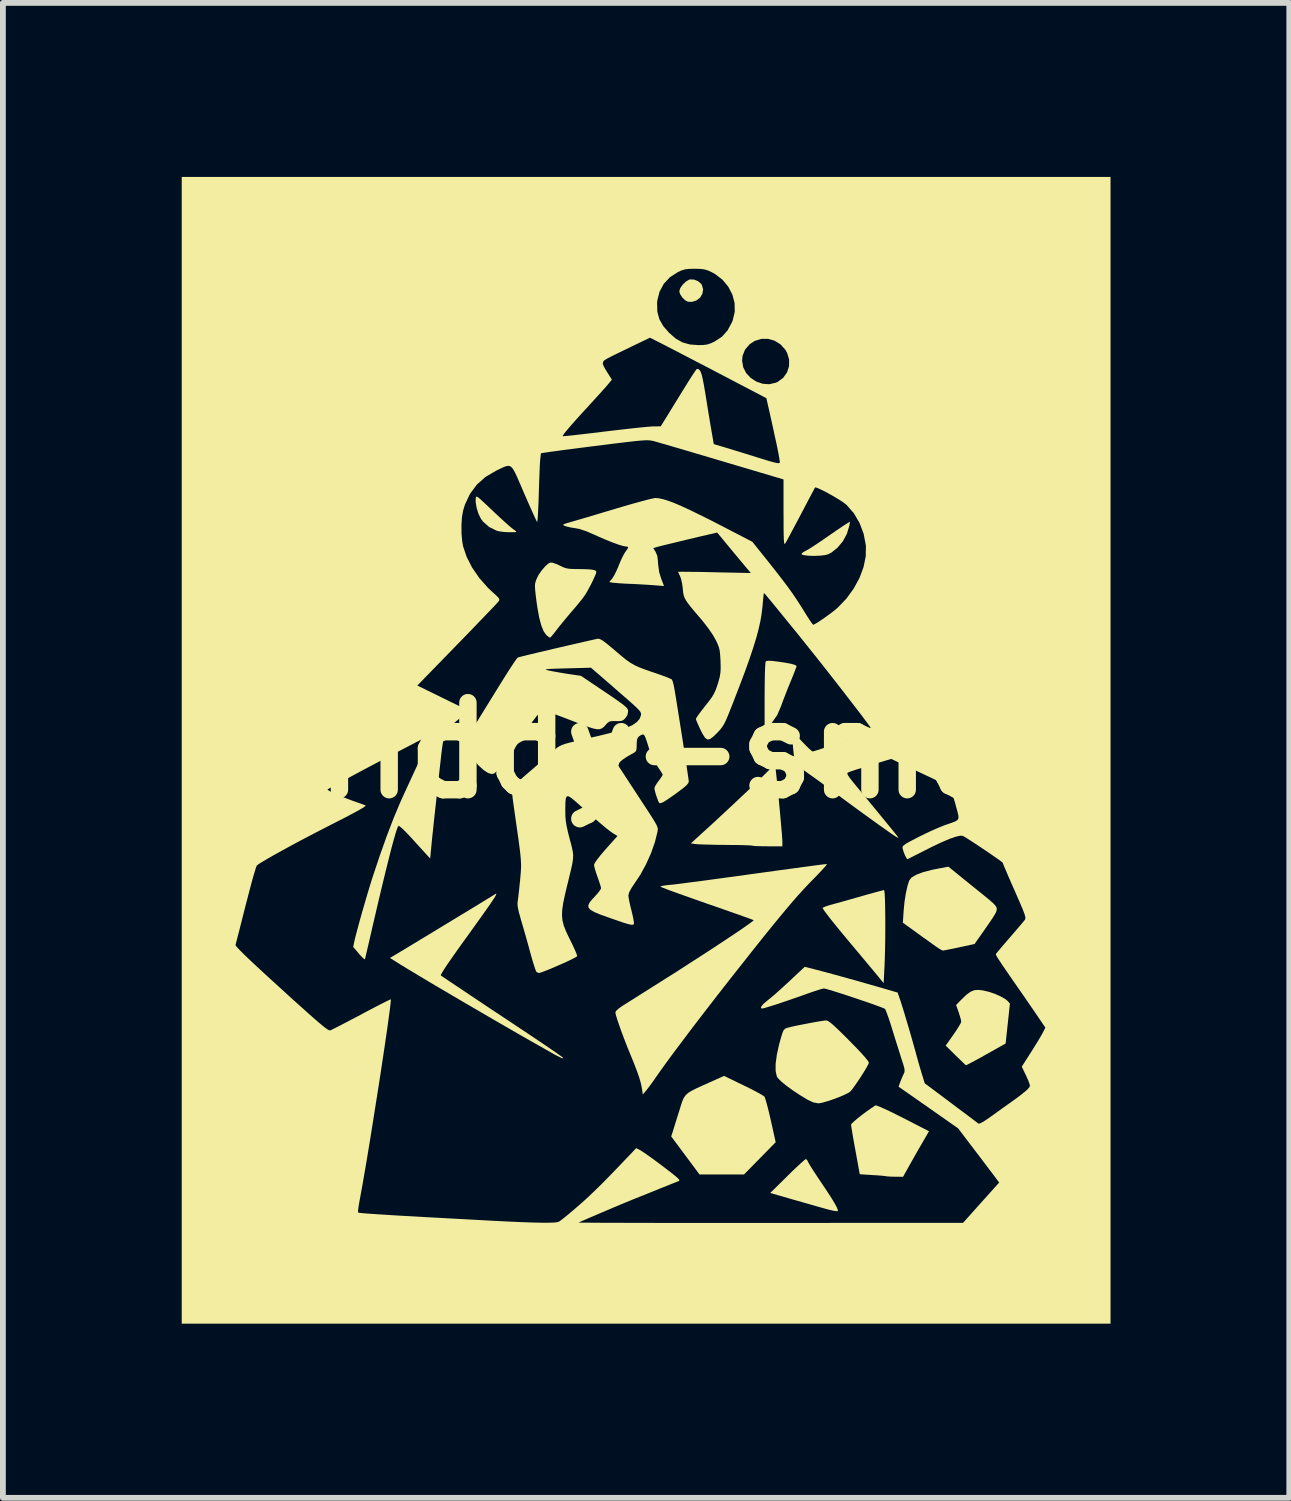
<source format=kicad_pcb>
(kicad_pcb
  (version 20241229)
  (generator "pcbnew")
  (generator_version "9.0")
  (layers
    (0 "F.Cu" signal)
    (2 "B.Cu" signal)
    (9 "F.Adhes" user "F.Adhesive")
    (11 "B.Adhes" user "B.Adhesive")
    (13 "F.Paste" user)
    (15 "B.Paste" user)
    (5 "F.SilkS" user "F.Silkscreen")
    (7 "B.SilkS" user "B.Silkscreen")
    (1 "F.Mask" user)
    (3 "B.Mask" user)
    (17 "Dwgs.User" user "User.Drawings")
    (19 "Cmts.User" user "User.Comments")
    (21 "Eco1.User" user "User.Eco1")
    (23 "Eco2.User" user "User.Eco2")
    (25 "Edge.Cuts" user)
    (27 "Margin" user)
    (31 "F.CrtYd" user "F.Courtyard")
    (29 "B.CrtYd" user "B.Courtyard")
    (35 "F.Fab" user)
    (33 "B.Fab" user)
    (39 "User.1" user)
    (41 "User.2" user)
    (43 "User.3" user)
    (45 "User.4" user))
  (footprint "effiddy-small"
    (layer "F.Cu")
    (at 8.086 9.882)
    (property "Reference" "effiddy-small" (at 0 0 0) (layer "F.SilkS") (effects (font (size 1.5 1.5) (thickness 0.3))))
    (attr board_only exclude_from_pos_files exclude_from_bom)
    (fp_poly (pts (xy 0.824 -8.114) (xy 0.895 -8.086) (xy 0.949 -8.04) (xy 0.959 -8.025) (xy 0.982 -7.946) (xy 0.97 -7.869) (xy 0.93 -7.802) (xy 0.867 -7.753) (xy 0.789 -7.729) (xy 0.72 -7.732) (xy 0.67 -7.758) (xy 0.62 -7.809) (xy 0.583 -7.868) (xy 0.572 -7.913) (xy 0.588 -7.966) (xy 0.629 -8.025) (xy 0.684 -8.078) (xy 0.741 -8.112) (xy 0.755 -8.116)) (stroke (width 0) (type solid)) (fill yes) (layer "F.SilkS"))
    (fp_poly (pts (xy 3.5 -3.865) (xy 3.46 -3.731) (xy 3.391 -3.604) (xy 3.3 -3.494) (xy 3.196 -3.41) (xy 3.134 -3.378) (xy 3.077 -3.364) (xy 2.993 -3.355) (xy 2.896 -3.351) (xy 2.802 -3.354) (xy 2.722 -3.363) (xy 2.721 -3.363) (xy 2.682 -3.376) (xy 2.682 -3.396) (xy 2.721 -3.423) (xy 2.75 -3.438) (xy 2.793 -3.462) (xy 2.862 -3.505) (xy 2.947 -3.561) (xy 3.042 -3.625) (xy 3.082 -3.653) (xy 3.179 -3.72) (xy 3.272 -3.784) (xy 3.353 -3.839) (xy 3.411 -3.878) (xy 3.426 -3.887) (xy 3.514 -3.943)) (stroke (width 0) (type solid)) (fill yes) (layer "F.SilkS"))
    (fp_poly (pts (xy -2.909 -4.369) (xy -2.88 -4.348) (xy -2.832 -4.305) (xy -2.761 -4.239) (xy -2.726 -4.206) (xy -2.59 -4.077) (xy -2.479 -3.975) (xy -2.393 -3.897) (xy -2.327 -3.84) (xy -2.279 -3.802) (xy -2.266 -3.794) (xy -2.242 -3.776) (xy -2.238 -3.765) (xy -2.26 -3.76) (xy -2.315 -3.759) (xy -2.358 -3.759) (xy -2.444 -3.763) (xy -2.526 -3.773) (xy -2.578 -3.786) (xy -2.708 -3.851) (xy -2.811 -3.942) (xy -2.846 -3.989) (xy -2.889 -4.075) (xy -2.921 -4.178) (xy -2.938 -4.279) (xy -2.937 -4.338) (xy -2.933 -4.362) (xy -2.926 -4.373)) (stroke (width 0) (type solid)) (fill yes) (layer "F.SilkS"))
    (fp_poly (pts (xy 2.775 7.061) (xy 2.788 7.088) (xy 2.804 7.118) (xy 2.838 7.176) (xy 2.888 7.254) (xy 2.95 7.348) (xy 3.009 7.436) (xy 3.114 7.593) (xy 3.196 7.719) (xy 3.254 7.816) (xy 3.29 7.884) (xy 3.305 7.927) (xy 3.305 7.939) (xy 3.283 7.943) (xy 3.232 7.936) (xy 3.161 7.92) (xy 3.134 7.913) (xy 3.063 7.893) (xy 2.962 7.865) (xy 2.84 7.83) (xy 2.707 7.792) (xy 2.57 7.753) (xy 2.555 7.749) (xy 2.139 7.629) (xy 2.435 7.337) (xy 2.525 7.248) (xy 2.607 7.171) (xy 2.675 7.108) (xy 2.724 7.065) (xy 2.75 7.045) (xy 2.753 7.044)) (stroke (width 0) (type solid)) (fill yes) (layer "F.SilkS"))
    (fp_poly (pts (xy 2.165 -1.542) (xy 2.254 -1.531) (xy 2.258 -1.531) (xy 2.395 -1.511) (xy 2.498 -1.492) (xy 2.564 -1.473) (xy 2.592 -1.455) (xy 2.593 -1.451) (xy 2.586 -1.427) (xy 2.565 -1.373) (xy 2.535 -1.295) (xy 2.497 -1.202) (xy 2.484 -1.171) (xy 2.439 -1.061) (xy 2.396 -0.95) (xy 2.358 -0.852) (xy 2.331 -0.777) (xy 2.33 -0.772) (xy 2.259 -0.607) (xy 2.167 -0.476) (xy 2.108 -0.419) (xy 2.042 -0.364) (xy 2.042 -0.932) (xy 2.043 -1.082) (xy 2.045 -1.218) (xy 2.047 -1.336) (xy 2.051 -1.431) (xy 2.055 -1.496) (xy 2.059 -1.527) (xy 2.059 -1.527) (xy 2.075 -1.54) (xy 2.108 -1.544)) (stroke (width 0) (type solid)) (fill yes) (layer "F.SilkS"))
    (fp_poly (pts (xy 1.677 5.773) (xy 1.786 5.826) (xy 1.883 5.876) (xy 1.962 5.919) (xy 2.016 5.951) (xy 2.038 5.967) (xy 2.051 5.997) (xy 2.07 6.059) (xy 2.094 6.148) (xy 2.121 6.256) (xy 2.149 6.377) (xy 2.233 6.754) (xy 1.96 7.032) (xy 1.687 7.31) (xy 1.304 7.31) (xy 0.92 7.31) (xy 0.676 6.982) (xy 0.432 6.654) (xy 0.46 6.569) (xy 0.476 6.517) (xy 0.501 6.436) (xy 0.532 6.337) (xy 0.565 6.231) (xy 0.571 6.213) (xy 0.6 6.119) (xy 0.624 6.046) (xy 0.649 5.99) (xy 0.68 5.945) (xy 0.722 5.906) (xy 0.781 5.869) (xy 0.861 5.828) (xy 0.969 5.779) (xy 1.085 5.727) (xy 1.343 5.611)) (stroke (width 0) (type solid)) (fill yes) (layer "F.SilkS"))
    (fp_poly (pts (xy 5.806 4.138) (xy 5.911 4.163) (xy 6.018 4.2) (xy 6.116 4.244) (xy 6.194 4.289) (xy 6.227 4.317) (xy 6.27 4.363) (xy 6.233 4.708) (xy 6.196 5.053) (xy 5.859 5.242) (xy 5.754 5.301) (xy 5.66 5.352) (xy 5.585 5.392) (xy 5.534 5.418) (xy 5.513 5.428) (xy 5.513 5.428) (xy 5.495 5.413) (xy 5.455 5.375) (xy 5.398 5.32) (xy 5.333 5.257) (xy 5.163 5.089) (xy 5.297 4.899) (xy 5.351 4.82) (xy 5.394 4.751) (xy 5.423 4.7) (xy 5.431 4.677) (xy 5.425 4.642) (xy 5.408 4.582) (xy 5.387 4.517) (xy 5.342 4.389) (xy 5.44 4.289) (xy 5.523 4.21) (xy 5.592 4.16) (xy 5.656 4.134) (xy 5.727 4.129)) (stroke (width 0) (type solid)) (fill yes) (layer "F.SilkS"))
    (fp_poly (pts (xy 3.978 6.124) (xy 4.033 6.146) (xy 4.114 6.182) (xy 4.215 6.229) (xy 4.332 6.287) (xy 4.427 6.335) (xy 4.875 6.565) (xy 4.769 6.749) (xy 4.711 6.848) (xy 4.644 6.965) (xy 4.578 7.082) (xy 4.545 7.141) (xy 4.428 7.35) (xy 4.292 7.349) (xy 4.219 7.347) (xy 4.162 7.344) (xy 4.135 7.34) (xy 4.107 7.336) (xy 4.048 7.33) (xy 3.967 7.324) (xy 3.898 7.32) (xy 3.682 7.306) (xy 3.607 6.894) (xy 3.584 6.768) (xy 3.564 6.654) (xy 3.548 6.559) (xy 3.537 6.49) (xy 3.532 6.453) (xy 3.532 6.449) (xy 3.548 6.428) (xy 3.59 6.389) (xy 3.651 6.337) (xy 3.724 6.28) (xy 3.803 6.221) (xy 3.879 6.168) (xy 3.945 6.124) (xy 3.954 6.119)) (stroke (width 0) (type solid)) (fill yes) (layer "F.SilkS"))
    (fp_poly (pts (xy 4.107 2.429) (xy 4.112 2.484) (xy 4.116 2.569) (xy 4.119 2.68) (xy 4.121 2.81) (xy 4.122 2.955) (xy 4.122 3.109) (xy 4.121 3.268) (xy 4.118 3.425) (xy 4.114 3.576) (xy 4.109 3.715) (xy 4.106 3.767) (xy 4.094 4.012) (xy 3.941 3.827) (xy 3.877 3.75) (xy 3.794 3.651) (xy 3.701 3.539) (xy 3.604 3.423) (xy 3.524 3.328) (xy 3.393 3.171) (xy 3.28 3.033) (xy 3.187 2.918) (xy 3.116 2.826) (xy 3.068 2.761) (xy 3.044 2.723) (xy 3.042 2.716) (xy 3.061 2.704) (xy 3.109 2.685) (xy 3.18 2.663) (xy 3.211 2.655) (xy 3.289 2.633) (xy 3.395 2.604) (xy 3.518 2.569) (xy 3.648 2.532) (xy 3.728 2.509) (xy 3.842 2.477) (xy 3.943 2.449) (xy 4.024 2.427) (xy 4.079 2.413) (xy 4.1 2.409)) (stroke (width 0) (type solid)) (fill yes) (layer "F.SilkS"))
    (fp_poly (pts (xy 2.234 0.339) (xy 2.242 0.412) (xy 2.253 0.512) (xy 2.265 0.633) (xy 2.279 0.768) (xy 2.292 0.912) (xy 2.306 1.056) (xy 2.318 1.195) (xy 2.329 1.322) (xy 2.339 1.43) (xy 2.345 1.513) (xy 2.348 1.563) (xy 2.348 1.571) (xy 2.348 1.654) (xy 2.096 1.654) (xy 1.999 1.653) (xy 1.918 1.651) (xy 1.86 1.648) (xy 1.834 1.644) (xy 1.834 1.643) (xy 1.811 1.64) (xy 1.754 1.637) (xy 1.668 1.634) (xy 1.559 1.632) (xy 1.432 1.631) (xy 1.371 1.63) (xy 1.235 1.629) (xy 1.108 1.626) (xy 0.998 1.623) (xy 0.911 1.62) (xy 0.856 1.616) (xy 0.845 1.615) (xy 0.771 1.603) (xy 0.962 1.429) (xy 1.111 1.294) (xy 1.27 1.147) (xy 1.433 0.995) (xy 1.593 0.845) (xy 1.744 0.703) (xy 1.879 0.574) (xy 1.991 0.466) (xy 2.004 0.453) (xy 2.221 0.24)) (stroke (width 0) (type solid)) (fill yes) (layer "F.SilkS"))
    (fp_poly (pts (xy 5.397 2.157) (xy 5.488 2.231) (xy 5.597 2.319) (xy 5.711 2.411) (xy 5.814 2.494) (xy 5.907 2.57) (xy 5.972 2.626) (xy 6.013 2.668) (xy 6.035 2.7) (xy 6.043 2.727) (xy 6.044 2.734) (xy 6.041 2.757) (xy 6.033 2.784) (xy 6.015 2.82) (xy 5.985 2.869) (xy 5.94 2.937) (xy 5.878 3.027) (xy 5.797 3.144) (xy 5.753 3.206) (xy 5.66 3.338) (xy 5.397 3.395) (xy 5.298 3.416) (xy 5.213 3.433) (xy 5.149 3.445) (xy 5.116 3.451) (xy 5.114 3.451) (xy 5.087 3.44) (xy 5.039 3.411) (xy 4.999 3.384) (xy 4.947 3.347) (xy 4.872 3.293) (xy 4.782 3.229) (xy 4.686 3.16) (xy 4.665 3.144) (xy 4.425 2.971) (xy 4.438 2.767) (xy 4.453 2.613) (xy 4.476 2.465) (xy 4.505 2.335) (xy 4.535 2.242) (xy 4.576 2.191) (xy 4.658 2.143) (xy 4.779 2.098) (xy 4.938 2.057) (xy 5.05 2.035) (xy 5.21 2.005)) (stroke (width 0) (type solid)) (fill yes) (layer "F.SilkS"))
    (fp_poly (pts (xy -1.614 -3.234) (xy -1.552 -3.213) (xy -1.492 -3.186) (xy -1.432 -3.157) (xy -1.381 -3.139) (xy -1.325 -3.129) (xy -1.253 -3.125) (xy -1.159 -3.124) (xy -1.036 -3.122) (xy -0.948 -3.116) (xy -0.892 -3.106) (xy -0.864 -3.091) (xy -0.858 -3.075) (xy -0.867 -3.041) (xy -0.892 -2.982) (xy -0.927 -2.906) (xy -0.969 -2.825) (xy -1.011 -2.747) (xy -1.049 -2.683) (xy -1.06 -2.667) (xy -1.098 -2.615) (xy -1.155 -2.544) (xy -1.223 -2.462) (xy -1.286 -2.389) (xy -1.362 -2.299) (xy -1.439 -2.206) (xy -1.507 -2.122) (xy -1.547 -2.07) (xy -1.594 -2.01) (xy -1.632 -1.964) (xy -1.654 -1.942) (xy -1.656 -1.941) (xy -1.678 -1.953) (xy -1.715 -1.983) (xy -1.721 -1.988) (xy -1.766 -2.051) (xy -1.806 -2.15) (xy -1.843 -2.288) (xy -1.875 -2.465) (xy -1.891 -2.578) (xy -1.905 -2.69) (xy -1.913 -2.77) (xy -1.916 -2.827) (xy -1.914 -2.87) (xy -1.905 -2.907) (xy -1.891 -2.947) (xy -1.889 -2.952) (xy -1.854 -3.023) (xy -1.803 -3.097) (xy -1.745 -3.165) (xy -1.69 -3.216) (xy -1.653 -3.236)) (stroke (width 0) (type solid)) (fill yes) (layer "F.SilkS"))
    (fp_poly (pts (xy 3.128 4.662) (xy 3.164 4.684) (xy 3.214 4.725) (xy 3.281 4.786) (xy 3.37 4.872) (xy 3.483 4.984) (xy 3.497 4.999) (xy 3.612 5.116) (xy 3.706 5.215) (xy 3.776 5.294) (xy 3.821 5.35) (xy 3.838 5.381) (xy 3.839 5.383) (xy 3.828 5.413) (xy 3.798 5.468) (xy 3.755 5.541) (xy 3.703 5.623) (xy 3.648 5.706) (xy 3.595 5.782) (xy 3.55 5.844) (xy 3.516 5.883) (xy 3.516 5.883) (xy 3.476 5.909) (xy 3.407 5.942) (xy 3.319 5.979) (xy 3.222 6.015) (xy 3.126 6.047) (xy 3.043 6.071) (xy 2.981 6.083) (xy 2.967 6.084) (xy 2.882 6.068) (xy 2.78 6.021) (xy 2.776 6.018) (xy 2.646 5.939) (xy 2.526 5.859) (xy 2.421 5.783) (xy 2.337 5.715) (xy 2.279 5.658) (xy 2.253 5.622) (xy 2.232 5.528) (xy 2.232 5.402) (xy 2.253 5.245) (xy 2.294 5.06) (xy 2.327 4.943) (xy 2.35 4.869) (xy 2.37 4.824) (xy 2.393 4.799) (xy 2.427 4.784) (xy 2.451 4.778) (xy 2.515 4.762) (xy 2.603 4.743) (xy 2.705 4.723) (xy 2.813 4.702) (xy 2.916 4.683) (xy 3.005 4.668) (xy 3.072 4.658) (xy 3.104 4.655)) (stroke (width 0) (type solid)) (fill yes) (layer "F.SilkS"))
    (fp_poly (pts (xy -2.581 2.474) (xy -2.587 2.492) (xy -2.605 2.525) (xy -2.638 2.576) (xy -2.686 2.648) (xy -2.752 2.742) (xy -2.836 2.861) (xy -2.94 3.006) (xy -3.065 3.181) (xy -3.184 3.345) (xy -3.275 3.473) (xy -3.357 3.59) (xy -3.428 3.692) (xy -3.483 3.776) (xy -3.521 3.838) (xy -3.539 3.872) (xy -3.54 3.878) (xy -3.52 3.893) (xy -3.469 3.927) (xy -3.391 3.98) (xy -3.288 4.049) (xy -3.163 4.132) (xy -3.021 4.228) (xy -2.863 4.333) (xy -2.694 4.446) (xy -2.593 4.513) (xy -2.362 4.666) (xy -2.164 4.798) (xy -1.994 4.911) (xy -1.853 5.006) (xy -1.736 5.085) (xy -1.642 5.149) (xy -1.568 5.199) (xy -1.513 5.238) (xy -1.474 5.266) (xy -1.448 5.285) (xy -1.44 5.292) (xy -1.427 5.308) (xy -1.445 5.307) (xy -1.489 5.288) (xy -1.555 5.255) (xy -1.593 5.234) (xy -1.772 5.132) (xy -1.972 5.019) (xy -2.186 4.897) (xy -2.411 4.767) (xy -2.643 4.633) (xy -2.876 4.497) (xy -3.108 4.362) (xy -3.333 4.23) (xy -3.547 4.104) (xy -3.747 3.986) (xy -3.927 3.878) (xy -4.083 3.784) (xy -4.212 3.706) (xy -4.288 3.658) (xy -4.415 3.578) (xy -4.244 3.476) (xy -4.146 3.417) (xy -4.033 3.349) (xy -3.924 3.283) (xy -3.89 3.262) (xy -3.824 3.222) (xy -3.729 3.165) (xy -3.613 3.094) (xy -3.481 3.014) (xy -3.341 2.929) (xy -3.198 2.842) (xy -3.184 2.834) (xy -3.049 2.752) (xy -2.923 2.676) (xy -2.812 2.607) (xy -2.718 2.55) (xy -2.649 2.508) (xy -2.608 2.482) (xy -2.602 2.479) (xy -2.587 2.471)) (stroke (width 0) (type solid)) (fill yes) (layer "F.SilkS"))
    (fp_poly (pts (xy 3.109 1.974) (xy 3.079 2.011) (xy 3.027 2.068) (xy 2.959 2.14) (xy 2.891 2.21) (xy 2.803 2.3) (xy 2.714 2.395) (xy 2.62 2.498) (xy 2.52 2.612) (xy 2.411 2.741) (xy 2.29 2.887) (xy 2.153 3.054) (xy 2 3.244) (xy 1.826 3.462) (xy 1.682 3.645) (xy 1.446 3.943) (xy 1.222 4.23) (xy 1.011 4.503) (xy 0.815 4.758) (xy 0.637 4.994) (xy 0.477 5.207) (xy 0.338 5.396) (xy 0.223 5.557) (xy 0.168 5.635) (xy 0.113 5.714) (xy 0.058 5.789) (xy 0.013 5.848) (xy 0.003 5.86) (xy -0.057 5.931) (xy -0.072 5.829) (xy -0.088 5.748) (xy -0.115 5.652) (xy -0.155 5.536) (xy -0.209 5.395) (xy -0.279 5.223) (xy -0.286 5.207) (xy -0.336 5.083) (xy -0.385 4.956) (xy -0.431 4.833) (xy -0.47 4.721) (xy -0.502 4.626) (xy -0.523 4.555) (xy -0.53 4.514) (xy -0.53 4.513) (xy -0.514 4.487) (xy -0.472 4.449) (xy -0.413 4.407) (xy -0.362 4.375) (xy -0.283 4.325) (xy -0.183 4.262) (xy -0.068 4.189) (xy 0.055 4.112) (xy 0.123 4.069) (xy 0.338 3.933) (xy 0.55 3.799) (xy 0.754 3.667) (xy 0.95 3.541) (xy 1.133 3.422) (xy 1.302 3.311) (xy 1.453 3.211) (xy 1.584 3.123) (xy 1.692 3.049) (xy 1.774 2.991) (xy 1.829 2.951) (xy 1.852 2.93) (xy 1.852 2.927) (xy 1.831 2.918) (xy 1.778 2.898) (xy 1.699 2.87) (xy 1.602 2.835) (xy 1.529 2.81) (xy 1.262 2.716) (xy 1.031 2.636) (xy 0.835 2.567) (xy 0.671 2.509) (xy 0.537 2.461) (xy 0.431 2.423) (xy 0.352 2.393) (xy 0.295 2.371) (xy 0.261 2.356) (xy 0.246 2.348) (xy 0.245 2.347) (xy 0.264 2.339) (xy 0.313 2.33) (xy 0.383 2.321) (xy 0.393 2.32) (xy 0.441 2.316) (xy 0.503 2.309) (xy 0.583 2.299) (xy 0.683 2.286) (xy 0.806 2.27) (xy 0.954 2.251) (xy 1.13 2.227) (xy 1.337 2.199) (xy 1.577 2.166) (xy 1.854 2.128) (xy 2.042 2.102) (xy 2.303 2.066) (xy 2.525 2.036) (xy 2.709 2.011) (xy 2.858 1.991) (xy 2.971 1.976) (xy 3.051 1.966) (xy 3.1 1.961) (xy 3.115 1.96)) (stroke (width 0) (type solid)) (fill yes) (layer "F.SilkS"))
    (fp_poly (pts (xy -0.807 -1.921) (xy -0.772 -1.906) (xy -0.725 -1.875) (xy -0.66 -1.824) (xy -0.572 -1.751) (xy -0.524 -1.71) (xy -0.425 -1.626) (xy -0.345 -1.561) (xy -0.273 -1.51) (xy -0.202 -1.469) (xy -0.122 -1.432) (xy -0.025 -1.395) (xy 0.097 -1.352) (xy 0.167 -1.329) (xy 0.264 -1.295) (xy 0.348 -1.264) (xy 0.41 -1.238) (xy 0.443 -1.221) (xy 0.445 -1.219) (xy 0.458 -1.187) (xy 0.474 -1.128) (xy 0.487 -1.062) (xy 0.505 -0.955) (xy 0.526 -0.827) (xy 0.549 -0.681) (xy 0.574 -0.524) (xy 0.6 -0.361) (xy 0.626 -0.197) (xy 0.65 -0.038) (xy 0.673 0.113) (xy 0.694 0.248) (xy 0.711 0.364) (xy 0.724 0.455) (xy 0.733 0.515) (xy 0.735 0.539) (xy 0.726 0.566) (xy 0.696 0.602) (xy 0.641 0.65) (xy 0.557 0.713) (xy 0.536 0.729) (xy 0.429 0.805) (xy 0.35 0.859) (xy 0.294 0.893) (xy 0.257 0.909) (xy 0.235 0.911) (xy 0.225 0.905) (xy 0.208 0.874) (xy 0.187 0.817) (xy 0.165 0.752) (xy 0.149 0.691) (xy 0.143 0.653) (xy 0.155 0.618) (xy 0.186 0.567) (xy 0.214 0.529) (xy 0.253 0.476) (xy 0.279 0.436) (xy 0.286 0.421) (xy 0.275 0.397) (xy 0.245 0.35) (xy 0.204 0.288) (xy 0.196 0.277) (xy 0.11 0.128) (xy 0.05 -0.032) (xy 0.017 -0.137) (xy -0.007 -0.208) (xy -0.026 -0.251) (xy -0.043 -0.271) (xy -0.062 -0.274) (xy -0.085 -0.264) (xy -0.088 -0.263) (xy -0.129 -0.236) (xy -0.152 -0.202) (xy -0.161 -0.149) (xy -0.163 -0.087) (xy -0.165 -0.025) (xy -0.175 0.013) (xy -0.204 0.039) (xy -0.26 0.07) (xy -0.333 0.112) (xy -0.404 0.16) (xy -0.427 0.179) (xy -0.497 0.238) (xy -0.17 0.738) (xy -0.068 0.894) (xy 0.014 1.019) (xy 0.078 1.118) (xy 0.126 1.194) (xy 0.16 1.251) (xy 0.183 1.294) (xy 0.195 1.325) (xy 0.201 1.35) (xy 0.201 1.37) (xy 0.197 1.392) (xy 0.195 1.406) (xy 0.152 1.58) (xy 0.086 1.769) (xy 0.000247 1.96) (xy -0.098 2.141) (xy -0.181 2.266) (xy -0.251 2.37) (xy -0.293 2.448) (xy -0.306 2.5) (xy -0.301 2.545) (xy -0.287 2.617) (xy -0.267 2.705) (xy -0.253 2.76) (xy -0.232 2.848) (xy -0.217 2.922) (xy -0.21 2.973) (xy -0.211 2.99) (xy -0.219 3.002) (xy -0.235 3.007) (xy -0.264 3.005) (xy -0.31 2.994) (xy -0.379 2.974) (xy -0.475 2.941) (xy -0.603 2.897) (xy -0.653 2.879) (xy -0.791 2.83) (xy -0.891 2.788) (xy -0.957 2.75) (xy -0.992 2.713) (xy -0.997 2.672) (xy -0.975 2.624) (xy -0.929 2.566) (xy -0.888 2.523) (xy -0.835 2.464) (xy -0.796 2.414) (xy -0.777 2.382) (xy -0.776 2.378) (xy -0.783 2.347) (xy -0.801 2.289) (xy -0.826 2.214) (xy -0.837 2.185) (xy -0.865 2.104) (xy -0.886 2.032) (xy -0.897 1.983) (xy -0.898 1.974) (xy -0.884 1.94) (xy -0.844 1.882) (xy -0.782 1.803) (xy -0.7 1.707) (xy -0.696 1.703) (xy -0.494 1.476) (xy -0.554 1.441) (xy -0.609 1.403) (xy -0.691 1.34) (xy -0.799 1.249) (xy -0.934 1.132) (xy -1.098 0.987) (xy -1.123 0.965) (xy -1.219 0.879) (xy -1.289 0.821) (xy -1.337 0.792) (xy -1.368 0.794) (xy -1.384 0.828) (xy -1.391 0.895) (xy -1.393 0.995) (xy -1.393 1.041) (xy -1.392 1.132) (xy -1.385 1.216) (xy -1.371 1.303) (xy -1.348 1.407) (xy -1.319 1.521) (xy -1.294 1.614) (xy -1.276 1.687) (xy -1.264 1.749) (xy -1.258 1.806) (xy -1.26 1.866) (xy -1.269 1.934) (xy -1.286 2.019) (xy -1.312 2.127) (xy -1.345 2.265) (xy -1.361 2.328) (xy -1.401 2.498) (xy -1.43 2.636) (xy -1.446 2.75) (xy -1.45 2.847) (xy -1.441 2.936) (xy -1.419 3.022) (xy -1.383 3.115) (xy -1.333 3.221) (xy -1.311 3.265) (xy -1.265 3.359) (xy -1.227 3.442) (xy -1.2 3.506) (xy -1.189 3.543) (xy -1.189 3.548) (xy -1.208 3.563) (xy -1.258 3.589) (xy -1.33 3.625) (xy -1.419 3.666) (xy -1.515 3.708) (xy -1.612 3.75) (xy -1.701 3.787) (xy -1.777 3.816) (xy -1.83 3.834) (xy -1.85 3.838) (xy -1.882 3.824) (xy -1.894 3.813) (xy -1.906 3.785) (xy -1.926 3.726) (xy -1.953 3.641) (xy -1.982 3.539) (xy -2.001 3.471) (xy -2.037 3.338) (xy -2.077 3.196) (xy -2.116 3.06) (xy -2.15 2.944) (xy -2.157 2.92) (xy -2.194 2.788) (xy -2.214 2.691) (xy -2.217 2.628) (xy -2.216 2.622) (xy -2.21 2.58) (xy -2.201 2.506) (xy -2.19 2.41) (xy -2.179 2.3) (xy -2.174 2.259) (xy -2.167 2.18) (xy -2.161 2.112) (xy -2.157 2.051) (xy -2.155 1.99) (xy -2.157 1.926) (xy -2.162 1.854) (xy -2.17 1.768) (xy -2.183 1.664) (xy -2.2 1.537) (xy -2.222 1.382) (xy -2.249 1.195) (xy -2.266 1.072) (xy -2.287 0.924) (xy -2.302 0.812) (xy -2.31 0.73) (xy -2.313 0.675) (xy -2.311 0.641) (xy -2.304 0.623) (xy -2.302 0.622) (xy -2.278 0.601) (xy -2.23 0.558) (xy -2.162 0.5) (xy -2.082 0.431) (xy -2.042 0.396) (xy -1.942 0.31) (xy -1.835 0.218) (xy -1.735 0.13) (xy -1.652 0.058) (xy -1.642 0.049) (xy -1.597 0.009) (xy -1.561 -0.024) (xy -1.528 -0.05) (xy -1.493 -0.072) (xy -1.453 -0.091) (xy -1.401 -0.11) (xy -1.334 -0.129) (xy -1.245 -0.151) (xy -1.131 -0.178) (xy -0.987 -0.211) (xy -0.827 -0.247) (xy -0.624 -0.297) (xy -0.459 -0.344) (xy -0.328 -0.391) (xy -0.229 -0.439) (xy -0.158 -0.489) (xy -0.113 -0.542) (xy -0.09 -0.601) (xy -0.09 -0.604) (xy -0.087 -0.625) (xy -0.091 -0.645) (xy -0.104 -0.67) (xy -0.13 -0.701) (xy -0.173 -0.744) (xy -0.236 -0.802) (xy -0.323 -0.879) (xy -0.437 -0.978) (xy -0.441 -0.981) (xy -0.548 -1.075) (xy -0.649 -1.163) (xy -0.739 -1.241) (xy -0.812 -1.304) (xy -0.862 -1.347) (xy -0.877 -1.36) (xy -0.95 -1.424) (xy -1.368 -1.413) (xy -1.508 -1.409) (xy -1.61 -1.405) (xy -1.679 -1.402) (xy -1.718 -1.398) (xy -1.731 -1.393) (xy -1.721 -1.387) (xy -1.694 -1.38) (xy -1.674 -1.375) (xy -1.605 -1.361) (xy -1.51 -1.344) (xy -1.405 -1.326) (xy -1.342 -1.316) (xy -1.123 -1.284) (xy -0.72 -1.013) (xy -0.591 -0.926) (xy -0.493 -0.858) (xy -0.421 -0.806) (xy -0.371 -0.767) (xy -0.339 -0.737) (xy -0.32 -0.713) (xy -0.312 -0.691) (xy -0.31 -0.679) (xy -0.321 -0.611) (xy -0.355 -0.559) (xy -0.388 -0.525) (xy -0.423 -0.508) (xy -0.474 -0.503) (xy -0.521 -0.504) (xy -0.59 -0.504) (xy -0.633 -0.496) (xy -0.665 -0.473) (xy -0.686 -0.451) (xy -0.723 -0.409) (xy -0.758 -0.381) (xy -0.797 -0.365) (xy -0.845 -0.363) (xy -0.909 -0.376) (xy -0.995 -0.402) (xy -1.108 -0.444) (xy -1.218 -0.487) (xy -1.374 -0.547) (xy -1.498 -0.594) (xy -1.593 -0.629) (xy -1.665 -0.652) (xy -1.718 -0.665) (xy -1.758 -0.671) (xy -1.788 -0.67) (xy -1.801 -0.667) (xy -1.836 -0.644) (xy -1.889 -0.587) (xy -1.959 -0.495) (xy -2.016 -0.414) (xy -2.146 -0.226) (xy -2.256 -0.069) (xy -2.346 0.059) (xy -2.42 0.163) (xy -2.479 0.244) (xy -2.526 0.304) (xy -2.564 0.348) (xy -2.593 0.378) (xy -2.616 0.396) (xy -2.636 0.405) (xy -2.654 0.408) (xy -2.662 0.408) (xy -2.723 0.391) (xy -2.8 0.341) (xy -2.888 0.261) (xy -2.983 0.154) (xy -3.003 0.129) (xy -3.058 0.059) (xy -3.103 -0.001) (xy -3.131 -0.042) (xy -3.138 -0.054) (xy -3.133 -0.086) (xy -3.107 -0.148) (xy -3.061 -0.238) (xy -2.998 -0.352) (xy -2.918 -0.487) (xy -2.848 -0.602) (xy -2.715 -0.817) (xy -2.602 -1) (xy -2.507 -1.153) (xy -2.429 -1.278) (xy -2.365 -1.379) (xy -2.314 -1.457) (xy -2.275 -1.516) (xy -2.247 -1.557) (xy -2.226 -1.584) (xy -2.212 -1.598) (xy -2.205 -1.602) (xy -2.168 -1.612) (xy -2.099 -1.629) (xy -2.002 -1.653) (xy -1.885 -1.681) (xy -1.752 -1.712) (xy -1.61 -1.746) (xy -1.464 -1.78) (xy -1.321 -1.813) (xy -1.186 -1.844) (xy -1.064 -1.872) (xy -0.963 -1.895) (xy -0.886 -1.912) (xy -0.842 -1.922) (xy -0.834 -1.923)) (stroke (width 0) (type solid)) (fill yes) (layer "F.SilkS"))
    (fp_poly (pts (xy 8.004 0) (xy 8.004 9.882) (xy -0.000001 9.882) (xy -8.004 9.882) (xy -8.004 3.352) (xy -7.077 3.352) (xy -7.07 3.369) (xy -7.042 3.403) (xy -6.993 3.454) (xy -6.921 3.526) (xy -6.825 3.618) (xy -6.702 3.733) (xy -6.553 3.871) (xy -6.374 4.034) (xy -6.287 4.113) (xy -6.108 4.277) (xy -5.955 4.414) (xy -5.828 4.528) (xy -5.724 4.62) (xy -5.64 4.693) (xy -5.575 4.747) (xy -5.525 4.786) (xy -5.489 4.811) (xy -5.464 4.824) (xy -5.448 4.827) (xy -5.445 4.827) (xy -5.416 4.814) (xy -5.356 4.784) (xy -5.27 4.74) (xy -5.164 4.685) (xy -5.042 4.621) (xy -4.91 4.552) (xy -4.904 4.548) (xy -4.774 4.479) (xy -4.657 4.418) (xy -4.556 4.366) (xy -4.477 4.326) (xy -4.423 4.3) (xy -4.401 4.291) (xy -4.401 4.291) (xy -4.4 4.314) (xy -4.406 4.374) (xy -4.417 4.468) (xy -4.434 4.591) (xy -4.454 4.741) (xy -4.479 4.913) (xy -4.507 5.104) (xy -4.538 5.311) (xy -4.571 5.53) (xy -4.606 5.758) (xy -4.643 5.99) (xy -4.68 6.225) (xy -4.717 6.457) (xy -4.753 6.684) (xy -4.789 6.902) (xy -4.823 7.108) (xy -4.856 7.297) (xy -4.885 7.467) (xy -4.912 7.614) (xy -4.927 7.698) (xy -4.945 7.795) (xy -4.958 7.877) (xy -4.965 7.937) (xy -4.964 7.965) (xy -4.964 7.966) (xy -4.949 7.97) (xy -4.908 7.975) (xy -4.841 7.981) (xy -4.746 7.988) (xy -4.622 7.996) (xy -4.466 8.006) (xy -4.279 8.018) (xy -4.057 8.03) (xy -3.8 8.045) (xy -3.507 8.061) (xy -3.175 8.079) (xy -2.879 8.095) (xy -2.602 8.11) (xy -2.363 8.122) (xy -2.159 8.131) (xy -1.988 8.137) (xy -1.848 8.141) (xy -1.734 8.142) (xy -1.646 8.141) (xy -1.58 8.138) (xy -1.533 8.132) (xy -1.504 8.123) (xy -1.498 8.121) (xy -1.468 8.099) (xy -1.413 8.056) (xy -1.34 7.997) (xy -1.255 7.925) (xy -1.192 7.871) (xy -1.095 7.786) (xy -0.996 7.696) (xy -0.892 7.597) (xy -0.777 7.485) (xy -0.649 7.355) (xy -0.503 7.204) (xy -0.334 7.027) (xy -0.304 6.996) (xy -0.171 6.856) (xy -0.108 6.888) (xy -0.066 6.914) (xy 0.002 6.96) (xy 0.088 7.021) (xy 0.184 7.091) (xy 0.284 7.166) (xy 0.381 7.24) (xy 0.468 7.308) (xy 0.487 7.323) (xy 0.543 7.371) (xy 0.57 7.4) (xy 0.572 7.417) (xy 0.558 7.425) (xy 0.526 7.438) (xy 0.465 7.462) (xy 0.381 7.496) (xy 0.283 7.535) (xy 0.245 7.55) (xy 0.13 7.597) (xy 0.014 7.644) (xy -0.092 7.686) (xy -0.174 7.719) (xy -0.184 7.723) (xy -0.249 7.749) (xy -0.338 7.786) (xy -0.443 7.829) (xy -0.559 7.878) (xy -0.679 7.929) (xy -0.798 7.98) (xy -0.91 8.028) (xy -1.008 8.07) (xy -1.087 8.104) (xy -1.14 8.128) (xy -1.162 8.139) (xy -1.162 8.139) (xy -1.143 8.14) (xy -1.085 8.141) (xy -0.991 8.141) (xy -0.862 8.142) (xy -0.701 8.143) (xy -0.51 8.143) (xy -0.29 8.144) (xy -0.045 8.144) (xy 0.223 8.145) (xy 0.514 8.145) (xy 0.824 8.145) (xy 1.151 8.145) (xy 1.493 8.145) (xy 1.849 8.145) (xy 2.146 8.145) (xy 5.462 8.144) (xy 5.773 7.796) (xy 6.085 7.449) (xy 6.044 7.395) (xy 6.021 7.364) (xy 5.977 7.305) (xy 5.916 7.225) (xy 5.842 7.127) (xy 5.759 7.017) (xy 5.691 6.928) (xy 5.378 6.516) (xy 4.865 6.156) (xy 4.351 5.797) (xy 4.379 5.718) (xy 4.406 5.65) (xy 4.434 5.587) (xy 4.437 5.581) (xy 4.451 5.55) (xy 4.455 5.519) (xy 4.45 5.478) (xy 4.433 5.416) (xy 4.408 5.339) (xy 4.381 5.254) (xy 4.346 5.143) (xy 4.306 5.016) (xy 4.265 4.885) (xy 4.245 4.819) (xy 4.21 4.707) (xy 4.177 4.607) (xy 4.148 4.528) (xy 4.127 4.475) (xy 4.118 4.457) (xy 4.093 4.445) (xy 4.035 4.422) (xy 3.951 4.391) (xy 3.847 4.354) (xy 3.73 4.314) (xy 3.606 4.272) (xy 3.48 4.23) (xy 3.36 4.191) (xy 3.253 4.157) (xy 3.163 4.13) (xy 3.098 4.111) (xy 3.063 4.104) (xy 3.062 4.104) (xy 3.032 4.111) (xy 2.97 4.129) (xy 2.885 4.157) (xy 2.784 4.192) (xy 2.714 4.217) (xy 2.587 4.262) (xy 2.457 4.307) (xy 2.332 4.349) (xy 2.218 4.387) (xy 2.121 4.417) (xy 2.048 4.439) (xy 2.004 4.45) (xy 1.997 4.451) (xy 1.978 4.44) (xy 1.988 4.41) (xy 2.025 4.367) (xy 2.084 4.317) (xy 2.09 4.312) (xy 2.154 4.261) (xy 2.237 4.19) (xy 2.34 4.097) (xy 2.468 3.98) (xy 2.621 3.836) (xy 2.648 3.811) (xy 2.733 3.731) (xy 2.934 3.782) (xy 3.06 3.815) (xy 3.216 3.857) (xy 3.393 3.906) (xy 3.581 3.958) (xy 3.771 4.012) (xy 3.953 4.064) (xy 4.072 4.098) (xy 4.335 4.175) (xy 4.384 4.318) (xy 4.41 4.4) (xy 4.445 4.512) (xy 4.485 4.646) (xy 4.528 4.791) (xy 4.571 4.939) (xy 4.611 5.081) (xy 4.647 5.208) (xy 4.654 5.237) (xy 4.683 5.341) (xy 4.717 5.46) (xy 4.749 5.567) (xy 4.75 5.569) (xy 4.801 5.738) (xy 5.254 6.077) (xy 5.373 6.167) (xy 5.482 6.248) (xy 5.577 6.319) (xy 5.652 6.376) (xy 5.704 6.415) (xy 5.728 6.433) (xy 5.728 6.434) (xy 5.754 6.43) (xy 5.807 6.403) (xy 5.881 6.355) (xy 5.933 6.318) (xy 6.031 6.248) (xy 6.139 6.17) (xy 6.24 6.098) (xy 6.279 6.071) (xy 6.405 5.98) (xy 6.499 5.907) (xy 6.564 5.852) (xy 6.602 5.811) (xy 6.615 5.783) (xy 6.615 5.78) (xy 6.607 5.747) (xy 6.585 5.688) (xy 6.553 5.616) (xy 6.545 5.599) (xy 6.474 5.452) (xy 6.634 5.202) (xy 6.695 5.104) (xy 6.753 5.011) (xy 6.8 4.932) (xy 6.832 4.875) (xy 6.837 4.865) (xy 6.881 4.779) (xy 6.752 4.59) (xy 6.696 4.507) (xy 6.623 4.401) (xy 6.542 4.283) (xy 6.459 4.163) (xy 6.411 4.094) (xy 6.303 3.939) (xy 6.217 3.814) (xy 6.15 3.716) (xy 6.101 3.642) (xy 6.065 3.588) (xy 6.043 3.551) (xy 6.031 3.527) (xy 6.027 3.515) (xy 6.028 3.511) (xy 6.042 3.492) (xy 6.08 3.447) (xy 6.135 3.381) (xy 6.203 3.302) (xy 6.265 3.23) (xy 6.344 3.139) (xy 6.414 3.057) (xy 6.472 2.989) (xy 6.512 2.941) (xy 6.527 2.922) (xy 6.534 2.906) (xy 6.537 2.885) (xy 6.531 2.854) (xy 6.517 2.809) (xy 6.492 2.744) (xy 6.455 2.656) (xy 6.404 2.539) (xy 6.351 2.417) (xy 6.294 2.289) (xy 6.244 2.174) (xy 6.202 2.075) (xy 6.17 2) (xy 6.151 1.952) (xy 6.146 1.938) (xy 6.13 1.923) (xy 6.086 1.89) (xy 6.02 1.844) (xy 5.938 1.787) (xy 5.847 1.725) (xy 5.752 1.661) (xy 5.66 1.601) (xy 5.578 1.547) (xy 5.51 1.504) (xy 5.464 1.477) (xy 5.461 1.475) (xy 5.416 1.471) (xy 5.339 1.488) (xy 5.23 1.526) (xy 5.093 1.584) (xy 4.929 1.662) (xy 4.794 1.73) (xy 4.698 1.779) (xy 4.614 1.821) (xy 4.551 1.853) (xy 4.514 1.872) (xy 4.507 1.875) (xy 4.49 1.863) (xy 4.467 1.822) (xy 4.442 1.763) (xy 4.422 1.697) (xy 4.421 1.693) (xy 4.418 1.672) (xy 4.424 1.654) (xy 4.445 1.633) (xy 4.484 1.606) (xy 4.548 1.57) (xy 4.642 1.521) (xy 4.69 1.496) (xy 4.806 1.439) (xy 4.927 1.382) (xy 5.042 1.332) (xy 5.136 1.294) (xy 5.156 1.287) (xy 5.257 1.252) (xy 5.326 1.226) (xy 5.366 1.201) (xy 5.384 1.17) (xy 5.382 1.127) (xy 5.368 1.065) (xy 5.352 1.007) (xy 5.326 0.911) (xy 5.299 0.818) (xy 5.276 0.742) (xy 5.271 0.727) (xy 5.237 0.627) (xy 4.73 0.387) (xy 4.224 0.148) (xy 4.006 0.214) (xy 3.849 0.262) (xy 3.726 0.299) (xy 3.634 0.328) (xy 3.568 0.35) (xy 3.522 0.365) (xy 3.493 0.377) (xy 3.475 0.385) (xy 3.473 0.386) (xy 3.467 0.401) (xy 3.479 0.431) (xy 3.513 0.48) (xy 3.57 0.552) (xy 3.606 0.596) (xy 3.659 0.66) (xy 3.729 0.744) (xy 3.809 0.841) (xy 3.896 0.948) (xy 3.987 1.058) (xy 4.075 1.166) (xy 4.158 1.267) (xy 4.23 1.355) (xy 4.287 1.426) (xy 4.325 1.474) (xy 4.337 1.489) (xy 4.348 1.507) (xy 4.332 1.503) (xy 4.31 1.491) (xy 4.277 1.47) (xy 4.215 1.428) (xy 4.13 1.368) (xy 4.024 1.293) (xy 3.903 1.206) (xy 3.77 1.11) (xy 3.631 1.009) (xy 3.522 0.929) (xy 3.368 0.816) (xy 3.243 0.723) (xy 3.139 0.647) (xy 3.053 0.584) (xy 2.979 0.53) (xy 2.912 0.482) (xy 2.846 0.435) (xy 2.783 0.39) (xy 2.697 0.328) (xy 2.638 0.283) (xy 2.6 0.248) (xy 2.578 0.217) (xy 2.565 0.182) (xy 2.555 0.138) (xy 2.555 0.136) (xy 2.544 0.065) (xy 2.534 -0.029) (xy 2.525 -0.129) (xy 2.524 -0.153) (xy 2.513 -0.337) (xy 2.681 -0.158) (xy 2.748 -0.089) (xy 2.805 -0.032) (xy 2.848 0.006) (xy 2.869 0.02) (xy 2.869 0.02) (xy 2.893 0.014) (xy 2.951 -0.004) (xy 3.034 -0.031) (xy 3.139 -0.066) (xy 3.259 -0.107) (xy 3.308 -0.124) (xy 3.474 -0.181) (xy 3.606 -0.227) (xy 3.708 -0.262) (xy 3.783 -0.289) (xy 3.835 -0.308) (xy 3.869 -0.322) (xy 3.888 -0.331) (xy 3.897 -0.337) (xy 3.9 -0.342) (xy 3.9 -0.344) (xy 3.887 -0.365) (xy 3.852 -0.416) (xy 3.797 -0.491) (xy 3.724 -0.589) (xy 3.635 -0.705) (xy 3.534 -0.836) (xy 3.424 -0.979) (xy 3.306 -1.131) (xy 3.183 -1.288) (xy 3.058 -1.448) (xy 2.933 -1.605) (xy 2.811 -1.758) (xy 2.695 -1.903) (xy 2.588 -2.037) (xy 2.543 -2.091) (xy 2.415 -2.248) (xy 2.311 -2.376) (xy 2.227 -2.479) (xy 2.162 -2.558) (xy 2.113 -2.617) (xy 2.078 -2.659) (xy 2.055 -2.686) (xy 2.041 -2.702) (xy 2.033 -2.709) (xy 2.03 -2.71) (xy 2.03 -2.71) (xy 2.026 -2.689) (xy 2.02 -2.636) (xy 2.012 -2.557) (xy 2.004 -2.463) (xy 2.003 -2.46) (xy 1.989 -2.344) (xy 1.968 -2.22) (xy 1.937 -2.084) (xy 1.897 -1.934) (xy 1.845 -1.765) (xy 1.781 -1.575) (xy 1.704 -1.359) (xy 1.612 -1.115) (xy 1.505 -0.838) (xy 1.465 -0.736) (xy 1.417 -0.616) (xy 1.379 -0.526) (xy 1.346 -0.458) (xy 1.314 -0.406) (xy 1.279 -0.36) (xy 1.237 -0.314) (xy 1.226 -0.302) (xy 1.152 -0.231) (xy 1.097 -0.192) (xy 1.053 -0.188) (xy 1.014 -0.218) (xy 0.972 -0.285) (xy 0.938 -0.351) (xy 0.903 -0.428) (xy 0.875 -0.491) (xy 0.859 -0.533) (xy 0.858 -0.541) (xy 0.87 -0.566) (xy 0.903 -0.614) (xy 0.951 -0.679) (xy 1 -0.742) (xy 1.074 -0.836) (xy 1.128 -0.908) (xy 1.166 -0.971) (xy 1.196 -1.033) (xy 1.222 -1.105) (xy 1.246 -1.181) (xy 1.268 -1.261) (xy 1.28 -1.333) (xy 1.285 -1.412) (xy 1.283 -1.513) (xy 1.282 -1.543) (xy 1.276 -1.644) (xy 1.268 -1.718) (xy 1.253 -1.779) (xy 1.229 -1.841) (xy 1.199 -1.903) (xy 1.149 -1.991) (xy 1.077 -2.096) (xy 0.992 -2.207) (xy 0.946 -2.263) (xy 0.849 -2.376) (xy 0.775 -2.464) (xy 0.722 -2.533) (xy 0.685 -2.587) (xy 0.66 -2.634) (xy 0.646 -2.677) (xy 0.638 -2.723) (xy 0.632 -2.778) (xy 0.632 -2.784) (xy 0.621 -2.869) (xy 0.604 -2.947) (xy 0.586 -3) (xy 0.563 -3.046) (xy 0.552 -3.074) (xy 0.551 -3.076) (xy 0.571 -3.077) (xy 0.626 -3.078) (xy 0.713 -3.077) (xy 0.825 -3.076) (xy 0.959 -3.074) (xy 1.109 -3.071) (xy 1.178 -3.069) (xy 1.805 -3.056) (xy 1.72 -3.156) (xy 1.677 -3.208) (xy 1.614 -3.283) (xy 1.54 -3.372) (xy 1.461 -3.467) (xy 1.43 -3.505) (xy 1.225 -3.753) (xy 1.138 -3.733) (xy 1.05 -3.713) (xy 0.941 -3.688) (xy 0.818 -3.659) (xy 0.689 -3.628) (xy 0.561 -3.597) (xy 0.442 -3.568) (xy 0.338 -3.543) (xy 0.257 -3.523) (xy 0.207 -3.51) (xy 0.199 -3.508) (xy 0.123 -3.485) (xy 0.164 -3.42) (xy 0.193 -3.35) (xy 0.204 -3.257) (xy 0.204 -3.231) (xy 0.224 -3.075) (xy 0.256 -2.97) (xy 0.308 -2.832) (xy 0.129 -2.846) (xy 0.031 -2.853) (xy -0.09 -2.86) (xy -0.216 -2.867) (xy -0.296 -2.87) (xy -0.396 -2.875) (xy -0.485 -2.881) (xy -0.553 -2.887) (xy -0.588 -2.891) (xy -0.635 -2.901) (xy -0.585 -2.96) (xy -0.555 -3.007) (xy -0.518 -3.079) (xy -0.481 -3.163) (xy -0.471 -3.189) (xy -0.435 -3.275) (xy -0.397 -3.354) (xy -0.364 -3.412) (xy -0.356 -3.423) (xy -0.32 -3.474) (xy -0.309 -3.5) (xy -0.323 -3.511) (xy -0.344 -3.512) (xy -0.394 -3.521) (xy -0.475 -3.545) (xy -0.577 -3.582) (xy -0.695 -3.629) (xy -0.82 -3.683) (xy -0.881 -3.711) (xy -1.031 -3.776) (xy -1.154 -3.816) (xy -1.218 -3.828) (xy -1.295 -3.84) (xy -1.364 -3.856) (xy -1.396 -3.866) (xy -1.423 -3.878) (xy -1.429 -3.889) (xy -1.412 -3.9) (xy -1.365 -3.916) (xy -1.284 -3.939) (xy -1.284 -3.939) (xy -1.22 -3.958) (xy -1.124 -3.986) (xy -1.002 -4.022) (xy -0.861 -4.064) (xy -0.708 -4.11) (xy -0.549 -4.157) (xy -0.511 -4.169) (xy -0.358 -4.214) (xy -0.215 -4.255) (xy -0.087 -4.29) (xy 0.02 -4.319) (xy 0.101 -4.338) (xy 0.151 -4.348) (xy 0.16 -4.349) (xy 0.219 -4.344) (xy 0.29 -4.329) (xy 0.376 -4.303) (xy 0.481 -4.264) (xy 0.605 -4.211) (xy 0.753 -4.143) (xy 0.927 -4.058) (xy 1.13 -3.957) (xy 1.365 -3.836) (xy 1.451 -3.791) (xy 1.831 -3.594) (xy 2.102 -3.256) (xy 2.233 -3.09) (xy 2.342 -2.949) (xy 2.435 -2.826) (xy 2.516 -2.714) (xy 2.59 -2.605) (xy 2.662 -2.494) (xy 2.729 -2.387) (xy 2.781 -2.303) (xy 2.826 -2.234) (xy 2.86 -2.186) (xy 2.878 -2.165) (xy 2.88 -2.164) (xy 2.908 -2.176) (xy 2.96 -2.207) (xy 3.028 -2.252) (xy 3.105 -2.306) (xy 3.182 -2.362) (xy 3.252 -2.416) (xy 3.303 -2.46) (xy 3.452 -2.615) (xy 3.577 -2.787) (xy 3.677 -2.97) (xy 3.747 -3.158) (xy 3.785 -3.343) (xy 3.788 -3.521) (xy 3.787 -3.532) (xy 3.749 -3.732) (xy 3.678 -3.919) (xy 3.579 -4.088) (xy 3.455 -4.229) (xy 3.446 -4.237) (xy 3.4 -4.272) (xy 3.334 -4.316) (xy 3.254 -4.364) (xy 3.169 -4.413) (xy 3.085 -4.459) (xy 3.01 -4.496) (xy 2.951 -4.522) (xy 2.917 -4.532) (xy 2.912 -4.53) (xy 2.901 -4.511) (xy 2.874 -4.46) (xy 2.833 -4.383) (xy 2.781 -4.285) (xy 2.721 -4.17) (xy 2.665 -4.063) (xy 2.598 -3.936) (xy 2.535 -3.819) (xy 2.481 -3.717) (xy 2.438 -3.637) (xy 2.408 -3.584) (xy 2.396 -3.564) (xy 2.388 -3.557) (xy 2.381 -3.565) (xy 2.377 -3.592) (xy 2.373 -3.642) (xy 2.371 -3.719) (xy 2.369 -3.826) (xy 2.369 -3.968) (xy 2.368 -4.096) (xy 2.368 -4.669) (xy 1.833 -4.828) (xy 1.651 -4.882) (xy 1.445 -4.943) (xy 1.23 -5.007) (xy 1.019 -5.07) (xy 0.828 -5.126) (xy 0.766 -5.145) (xy 0.619 -5.188) (xy 0.479 -5.229) (xy 0.354 -5.266) (xy 0.248 -5.296) (xy 0.169 -5.319) (xy 0.126 -5.331) (xy 0.095 -5.337) (xy 0.063 -5.342) (xy 0.024 -5.344) (xy -0.025 -5.343) (xy -0.089 -5.339) (xy -0.173 -5.331) (xy -0.28 -5.319) (xy -0.416 -5.303) (xy -0.583 -5.283) (xy -0.752 -5.261) (xy -0.932 -5.239) (xy -1.104 -5.217) (xy -1.264 -5.196) (xy -1.406 -5.178) (xy -1.524 -5.162) (xy -1.613 -5.15) (xy -1.667 -5.143) (xy -1.667 -5.142) (xy -1.813 -5.121) (xy -1.824 -5.026) (xy -1.828 -4.979) (xy -1.833 -4.898) (xy -1.837 -4.79) (xy -1.842 -4.663) (xy -1.847 -4.522) (xy -1.85 -4.425) (xy -1.854 -4.287) (xy -1.86 -4.164) (xy -1.865 -4.063) (xy -1.87 -3.988) (xy -1.876 -3.944) (xy -1.879 -3.934) (xy -1.891 -3.957) (xy -1.917 -4.012) (xy -1.954 -4.094) (xy -2.001 -4.198) (xy -2.054 -4.319) (xy -2.105 -4.435) (xy -2.17 -4.587) (xy -2.221 -4.705) (xy -2.262 -4.792) (xy -2.297 -4.853) (xy -2.33 -4.889) (xy -2.364 -4.903) (xy -2.405 -4.9) (xy -2.454 -4.882) (xy -2.518 -4.852) (xy -2.588 -4.818) (xy -2.767 -4.713) (xy -2.917 -4.58) (xy -3.036 -4.42) (xy -3.123 -4.235) (xy -3.154 -4.134) (xy -3.174 -4.021) (xy -3.183 -3.884) (xy -3.182 -3.74) (xy -3.17 -3.603) (xy -3.155 -3.517) (xy -3.094 -3.336) (xy -3 -3.151) (xy -2.876 -2.971) (xy -2.728 -2.803) (xy -2.653 -2.732) (xy -2.587 -2.673) (xy -2.548 -2.633) (xy -2.531 -2.607) (xy -2.531 -2.587) (xy -2.545 -2.565) (xy -2.548 -2.561) (xy -2.569 -2.538) (xy -2.615 -2.488) (xy -2.685 -2.415) (xy -2.773 -2.323) (xy -2.879 -2.213) (xy -2.998 -2.089) (xy -3.128 -1.955) (xy -3.263 -1.816) (xy -3.943 -1.117) (xy -3.501 -0.9) (xy -3.059 -0.684) (xy -3.229 -0.538) (xy -3.292 -0.485) (xy -3.343 -0.442) (xy -3.385 -0.405) (xy -3.419 -0.368) (xy -3.446 -0.327) (xy -3.468 -0.279) (xy -3.486 -0.219) (xy -3.501 -0.142) (xy -3.516 -0.044) (xy -3.531 0.079) (xy -3.548 0.231) (xy -3.569 0.417) (xy -3.581 0.531) (xy -3.602 0.722) (xy -3.623 0.911) (xy -3.643 1.091) (xy -3.661 1.256) (xy -3.676 1.401) (xy -3.689 1.518) (xy -3.697 1.601) (xy -3.698 1.611) (xy -3.722 1.864) (xy -3.806 1.773) (xy -3.853 1.721) (xy -3.919 1.649) (xy -3.994 1.566) (xy -4.071 1.482) (xy -4.139 1.41) (xy -4.198 1.352) (xy -4.243 1.314) (xy -4.267 1.3) (xy -4.269 1.3) (xy -4.286 1.333) (xy -4.311 1.407) (xy -4.344 1.52) (xy -4.386 1.673) (xy -4.435 1.866) (xy -4.493 2.099) (xy -4.559 2.371) (xy -4.633 2.684) (xy -4.715 3.036) (xy -4.728 3.093) (xy -4.759 3.229) (xy -4.788 3.353) (xy -4.812 3.457) (xy -4.831 3.537) (xy -4.843 3.587) (xy -4.846 3.602) (xy -4.861 3.596) (xy -4.894 3.566) (xy -4.94 3.516) (xy -4.95 3.504) (xy -5.049 3.388) (xy -5.024 3.271) (xy -5.004 3.19) (xy -4.974 3.077) (xy -4.938 2.943) (xy -4.896 2.793) (xy -4.851 2.638) (xy -4.806 2.484) (xy -4.763 2.341) (xy -4.724 2.216) (xy -4.714 2.185) (xy -4.59 1.814) (xy -4.471 1.479) (xy -4.355 1.176) (xy -4.24 0.901) (xy -4.165 0.735) (xy -4.068 0.526) (xy -3.987 0.35) (xy -3.92 0.205) (xy -3.866 0.088) (xy -3.824 -0.005) (xy -3.792 -0.077) (xy -3.769 -0.13) (xy -3.753 -0.169) (xy -3.745 -0.189) (xy -3.718 -0.266) (xy -3.967 -0.138) (xy -4.113 -0.062) (xy -4.269 0.019) (xy -4.431 0.103) (xy -4.595 0.19) (xy -4.756 0.275) (xy -4.911 0.357) (xy -5.056 0.435) (xy -5.187 0.505) (xy -5.3 0.566) (xy -5.39 0.616) (xy -5.454 0.652) (xy -5.488 0.672) (xy -5.492 0.676) (xy -5.474 0.691) (xy -5.426 0.717) (xy -5.353 0.751) (xy -5.265 0.789) (xy -5.167 0.828) (xy -5.068 0.866) (xy -5.043 0.875) (xy -4.962 0.903) (xy -4.892 0.928) (xy -4.845 0.946) (xy -4.835 0.949) (xy -4.839 0.961) (xy -4.874 0.986) (xy -4.942 1.026) (xy -5.042 1.081) (xy -5.178 1.153) (xy -5.348 1.24) (xy -5.417 1.275) (xy -5.596 1.367) (xy -5.774 1.459) (xy -5.949 1.551) (xy -6.115 1.64) (xy -6.268 1.724) (xy -6.406 1.8) (xy -6.523 1.867) (xy -6.616 1.922) (xy -6.68 1.962) (xy -6.71 1.986) (xy -6.721 2.011) (xy -6.74 2.071) (xy -6.767 2.161) (xy -6.799 2.276) (xy -6.835 2.411) (xy -6.874 2.562) (xy -6.901 2.665) (xy -6.941 2.823) (xy -6.978 2.969) (xy -7.011 3.099) (xy -7.039 3.207) (xy -7.06 3.289) (xy -7.073 3.339) (xy -7.077 3.352) (xy -8.004 3.352) (xy -8.004 0) (xy -8.004 -5.414) (xy -1.438 -5.414) (xy -1.412 -5.415) (xy -1.35 -5.421) (xy -1.257 -5.43) (xy -1.139 -5.444) (xy -0.999 -5.46) (xy -0.843 -5.478) (xy -0.71 -5.495) (xy -0.539 -5.515) (xy -0.375 -5.534) (xy -0.225 -5.551) (xy -0.094 -5.565) (xy 0.013 -5.575) (xy 0.089 -5.581) (xy 0.121 -5.583) (xy 0.251 -5.584) (xy 0.372 -5.778) (xy 0.425 -5.865) (xy 0.493 -5.976) (xy 0.568 -6.097) (xy 0.643 -6.219) (xy 0.677 -6.273) (xy 0.738 -6.372) (xy 0.792 -6.456) (xy 0.836 -6.522) (xy 0.865 -6.563) (xy 0.876 -6.575) (xy 0.901 -6.57) (xy 0.922 -6.554) (xy 0.941 -6.522) (xy 0.959 -6.469) (xy 0.977 -6.391) (xy 0.998 -6.282) (xy 1.022 -6.14) (xy 1.031 -6.085) (xy 1.054 -5.941) (xy 1.077 -5.799) (xy 1.099 -5.667) (xy 1.118 -5.555) (xy 1.132 -5.472) (xy 1.134 -5.462) (xy 1.166 -5.278) (xy 1.415 -5.204) (xy 1.528 -5.169) (xy 1.665 -5.127) (xy 1.81 -5.082) (xy 1.948 -5.039) (xy 1.981 -5.029) (xy 2.103 -4.991) (xy 2.192 -4.966) (xy 2.251 -4.952) (xy 2.287 -4.949) (xy 2.302 -4.955) (xy 2.304 -4.958) (xy 2.302 -4.987) (xy 2.293 -5.048) (xy 2.277 -5.135) (xy 2.256 -5.241) (xy 2.235 -5.337) (xy 2.206 -5.469) (xy 2.177 -5.604) (xy 2.149 -5.729) (xy 2.126 -5.834) (xy 2.116 -5.878) (xy 2.072 -6.07) (xy 1.276 -6.486) (xy 1.101 -6.578) (xy 0.929 -6.667) (xy 0.835 -6.716) (xy 1.654 -6.716) (xy 1.673 -6.603) (xy 1.724 -6.502) (xy 1.802 -6.419) (xy 1.899 -6.356) (xy 2.008 -6.318) (xy 2.122 -6.31) (xy 2.235 -6.336) (xy 2.265 -6.349) (xy 2.361 -6.419) (xy 2.428 -6.512) (xy 2.463 -6.619) (xy 2.465 -6.733) (xy 2.431 -6.847) (xy 2.401 -6.902) (xy 2.317 -6.996) (xy 2.214 -7.06) (xy 2.1 -7.092) (xy 1.983 -7.091) (xy 1.871 -7.056) (xy 1.783 -6.998) (xy 1.704 -6.905) (xy 1.662 -6.799) (xy 1.654 -6.716) (xy 0.835 -6.716) (xy 0.766 -6.752) (xy 0.616 -6.83) (xy 0.485 -6.898) (xy 0.378 -6.953) (xy 0.299 -6.994) (xy 0.273 -7.007) (xy 0.067 -7.112) (xy -0.278 -6.946) (xy -0.416 -6.879) (xy -0.522 -6.828) (xy -0.6 -6.789) (xy -0.655 -6.761) (xy -0.692 -6.74) (xy -0.715 -6.725) (xy -0.729 -6.713) (xy -0.738 -6.7) (xy -0.742 -6.695) (xy -0.747 -6.668) (xy -0.735 -6.628) (xy -0.702 -6.567) (xy -0.676 -6.525) (xy -0.59 -6.388) (xy -0.661 -6.303) (xy -0.694 -6.264) (xy -0.751 -6.201) (xy -0.825 -6.118) (xy -0.914 -6.021) (xy -1.012 -5.913) (xy -1.099 -5.819) (xy -1.201 -5.706) (xy -1.289 -5.607) (xy -1.359 -5.525) (xy -1.409 -5.464) (xy -1.435 -5.426) (xy -1.438 -5.414) (xy -8.004 -5.414) (xy -8.004 -7.708) (xy 0.189 -7.708) (xy 0.193 -7.562) (xy 0.227 -7.433) (xy 0.295 -7.312) (xy 0.396 -7.196) (xy 0.511 -7.096) (xy 0.626 -7.031) (xy 0.753 -6.995) (xy 0.9 -6.984) (xy 0.99 -6.986) (xy 1.058 -6.996) (xy 1.124 -7.019) (xy 1.181 -7.046) (xy 1.306 -7.128) (xy 1.404 -7.238) (xy 1.48 -7.38) (xy 1.492 -7.409) (xy 1.527 -7.557) (xy 1.525 -7.707) (xy 1.487 -7.853) (xy 1.417 -7.989) (xy 1.317 -8.11) (xy 1.188 -8.209) (xy 1.125 -8.244) (xy 1.059 -8.273) (xy 0.998 -8.29) (xy 0.927 -8.298) (xy 0.837 -8.3) (xy 0.743 -8.298) (xy 0.673 -8.29) (xy 0.612 -8.272) (xy 0.548 -8.243) (xy 0.411 -8.155) (xy 0.304 -8.04) (xy 0.231 -7.904) (xy 0.192 -7.749) (xy 0.189 -7.708) (xy -8.004 -7.708) (xy -8.004 -9.882) (xy -0.000001 -9.882) (xy 8.004 -9.882)) (stroke (width 0) (type solid)) (fill yes) (layer "F.SilkS")))
  (gr_rect
    (start -3 -3)
    (end 19.171 22.765)
    (stroke (width 0.1) (type default))
    (fill no)
    (layer "Edge.Cuts")))
</source>
